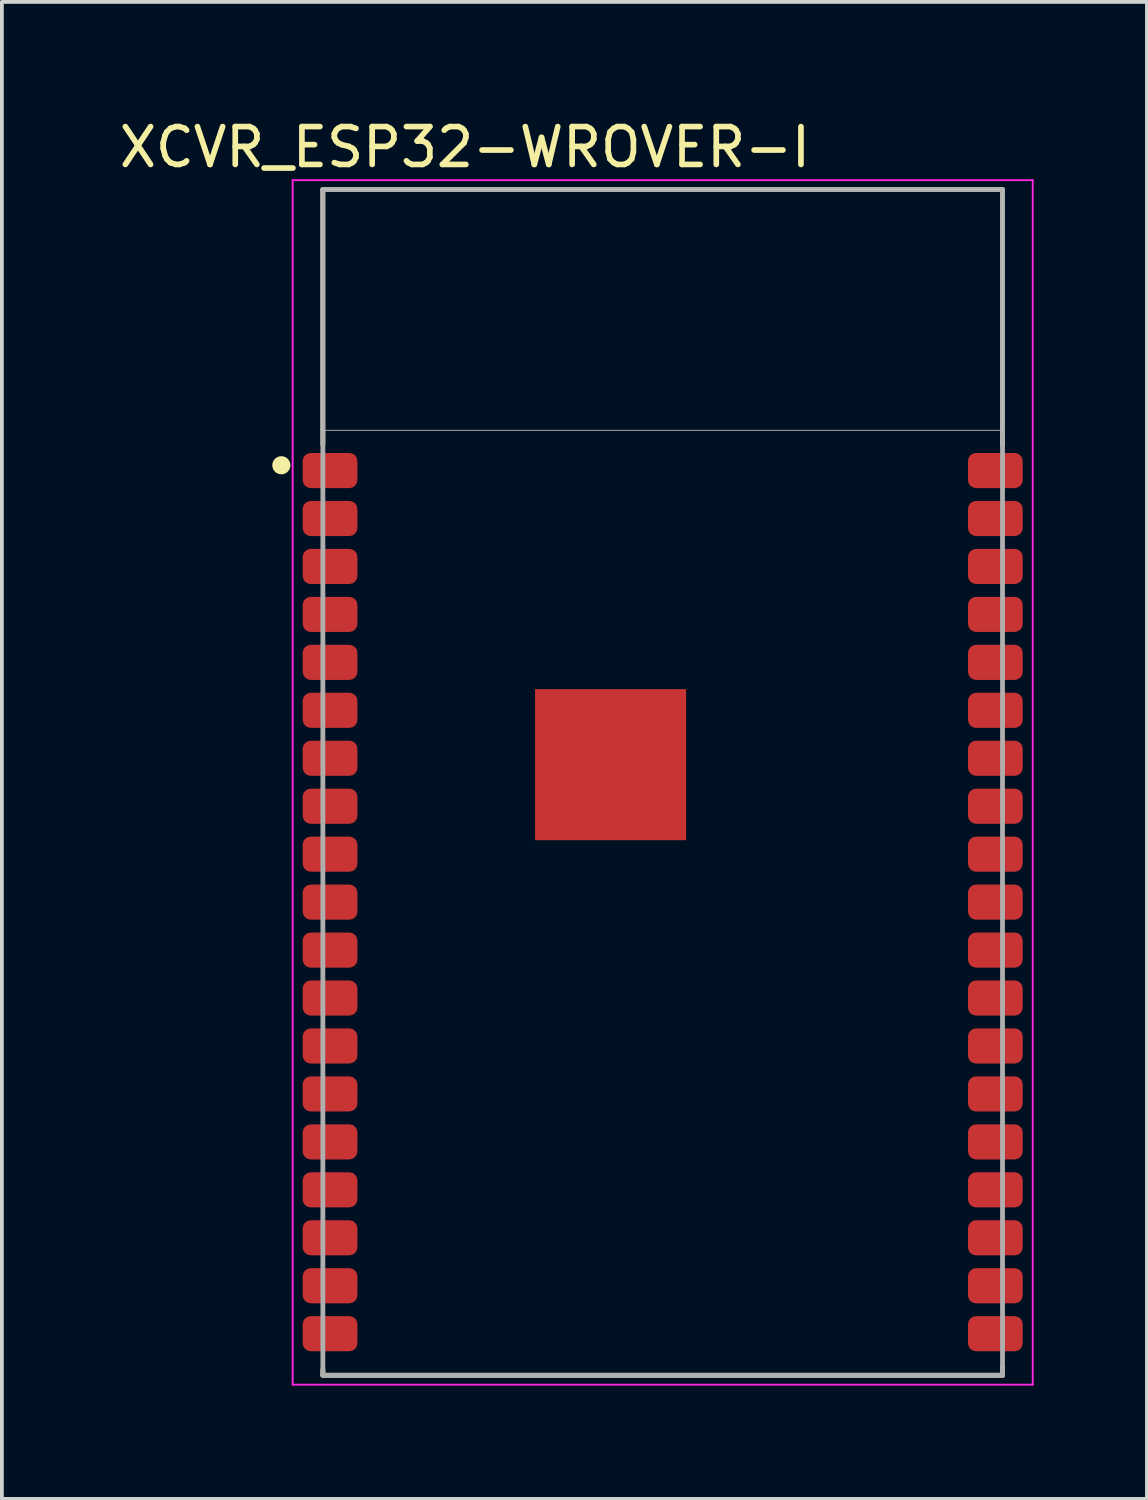
<source format=kicad_pcb>
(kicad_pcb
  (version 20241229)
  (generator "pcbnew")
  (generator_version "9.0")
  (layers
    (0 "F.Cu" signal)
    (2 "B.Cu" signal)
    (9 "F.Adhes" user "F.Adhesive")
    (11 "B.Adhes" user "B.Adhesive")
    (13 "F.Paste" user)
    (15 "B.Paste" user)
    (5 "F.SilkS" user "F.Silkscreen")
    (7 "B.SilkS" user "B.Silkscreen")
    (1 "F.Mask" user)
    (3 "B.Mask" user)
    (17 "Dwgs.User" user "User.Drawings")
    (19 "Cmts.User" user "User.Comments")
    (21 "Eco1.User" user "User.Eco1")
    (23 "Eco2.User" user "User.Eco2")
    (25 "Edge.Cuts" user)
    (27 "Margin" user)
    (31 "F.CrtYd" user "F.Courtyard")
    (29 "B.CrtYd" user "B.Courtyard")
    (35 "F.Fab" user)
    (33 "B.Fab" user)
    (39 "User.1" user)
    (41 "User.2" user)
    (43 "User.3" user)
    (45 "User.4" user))
  (footprint "XCVR_ESP32-WROVER-I"
    (layer "F.Cu")
    (at 14.501 17.672)
    (property "Reference" "XCVR_ESP32-WROVER-I" (at -5.237 -16.823 0) (layer "F.SilkS") (effects (font (size 1.002 1.002) (thickness 0.15))))
    (attr through_hole)
    (fp_line (start -9 -15.7) (end 9 -15.7) (stroke (width 0.127) (type solid)) (layer "F.SilkS"))
    (fp_line (start -9 -8.95) (end -9 -15.7) (stroke (width 0.127) (type solid)) (layer "F.SilkS"))
    (fp_line (start -9 15.55) (end -9 15.7) (stroke (width 0.127) (type solid)) (layer "F.SilkS"))
    (fp_line (start -9 15.7) (end 9 15.7) (stroke (width 0.127) (type solid)) (layer "F.SilkS"))
    (fp_line (start 9 -15.7) (end 9 -8.95) (stroke (width 0.127) (type solid)) (layer "F.SilkS"))
    (fp_line (start 9 15.7) (end 9 15.5) (stroke (width 0.127) (type solid)) (layer "F.SilkS"))
    (fp_circle (center -10.1 -8.4) (end -9.98 -8.4) (stroke (width 0.24) (type solid)) (fill no) (layer "F.SilkS"))
    (fp_poly (pts (xy -2.648 -1.735) (xy -0.115 -1.735) (xy -0.115 0.796) (xy -2.648 0.796)) (stroke (width 0.01) (type solid)) (fill yes) (layer "F.Paste"))
    (fp_poly (pts (xy -9.03 -15.7) (xy 9 -15.7) (xy 9 -9.331) (xy -9.03 -9.331)) (stroke (width 0.01) (type solid)) (fill no) (layer "Dwgs.User"))
    (fp_poly (pts (xy -9.029 -15.7) (xy 9 -15.7) (xy 9 -9.33) (xy -9.029 -9.33)) (stroke (width 0.01) (type solid)) (fill no) (layer "Dwgs.User"))
    (fp_poly (pts (xy -9.023 -15.7) (xy 9 -15.7) (xy 9 -9.324) (xy -9.023 -9.324)) (stroke (width 0.01) (type solid)) (fill no) (layer "Dwgs.User"))
    (fp_line (start -9.8 -15.95) (end 9.8 -15.95) (stroke (width 0.05) (type solid)) (layer "F.CrtYd"))
    (fp_line (start -9.8 15.95) (end -9.8 -15.95) (stroke (width 0.05) (type solid)) (layer "F.CrtYd"))
    (fp_line (start 9.8 -15.95) (end 9.8 15.95) (stroke (width 0.05) (type solid)) (layer "F.CrtYd"))
    (fp_line (start 9.8 15.95) (end -9.8 15.95) (stroke (width 0.05) (type solid)) (layer "F.CrtYd"))
    (fp_line (start -9 -15.7) (end 9 -15.7) (stroke (width 0.127) (type solid)) (layer "F.Fab"))
    (fp_line (start -9 15.7) (end -9 -15.7) (stroke (width 0.127) (type solid)) (layer "F.Fab"))
    (fp_line (start 9 -15.7) (end 9 15.7) (stroke (width 0.127) (type solid)) (layer "F.Fab"))
    (fp_line (start 9 15.7) (end -9 15.7) (stroke (width 0.127) (type solid)) (layer "F.Fab"))
    (pad "1" smd roundrect (at -8.81 -8.26) (size 1.45 0.93) (layers "F.Cu" "F.Mask" "F.Paste") (roundrect_rratio 0.23))
    (pad "2" smd roundrect (at -8.81 -6.99) (size 1.45 0.93) (layers "F.Cu" "F.Mask" "F.Paste") (roundrect_rratio 0.23))
    (pad "3" smd roundrect (at -8.81 -5.72) (size 1.45 0.93) (layers "F.Cu" "F.Mask" "F.Paste") (roundrect_rratio 0.23))
    (pad "4" smd roundrect (at -8.81 -4.45) (size 1.45 0.93) (layers "F.Cu" "F.Mask" "F.Paste") (roundrect_rratio 0.23))
    (pad "5" smd roundrect (at -8.81 -3.18) (size 1.45 0.93) (layers "F.Cu" "F.Mask" "F.Paste") (roundrect_rratio 0.23))
    (pad "6" smd roundrect (at -8.81 -1.91) (size 1.45 0.93) (layers "F.Cu" "F.Mask" "F.Paste") (roundrect_rratio 0.23))
    (pad "7" smd roundrect (at -8.81 -0.64) (size 1.45 0.93) (layers "F.Cu" "F.Mask" "F.Paste") (roundrect_rratio 0.23))
    (pad "8" smd roundrect (at -8.81 0.63) (size 1.45 0.93) (layers "F.Cu" "F.Mask" "F.Paste") (roundrect_rratio 0.23))
    (pad "9" smd roundrect (at -8.81 1.9) (size 1.45 0.93) (layers "F.Cu" "F.Mask" "F.Paste") (roundrect_rratio 0.23))
    (pad "10" smd roundrect (at -8.81 3.17) (size 1.45 0.93) (layers "F.Cu" "F.Mask" "F.Paste") (roundrect_rratio 0.23))
    (pad "11" smd roundrect (at -8.81 4.44) (size 1.45 0.93) (layers "F.Cu" "F.Mask" "F.Paste") (roundrect_rratio 0.23))
    (pad "12" smd roundrect (at -8.81 5.71) (size 1.45 0.93) (layers "F.Cu" "F.Mask" "F.Paste") (roundrect_rratio 0.23))
    (pad "13" smd roundrect (at -8.81 6.98) (size 1.45 0.93) (layers "F.Cu" "F.Mask" "F.Paste") (roundrect_rratio 0.23))
    (pad "14" smd roundrect (at -8.81 8.25) (size 1.45 0.93) (layers "F.Cu" "F.Mask" "F.Paste") (roundrect_rratio 0.23))
    (pad "15" smd roundrect (at -8.81 9.52) (size 1.45 0.93) (layers "F.Cu" "F.Mask" "F.Paste") (roundrect_rratio 0.23))
    (pad "16" smd roundrect (at -8.81 10.79) (size 1.45 0.93) (layers "F.Cu" "F.Mask" "F.Paste") (roundrect_rratio 0.23))
    (pad "17" smd roundrect (at -8.81 12.06) (size 1.45 0.93) (layers "F.Cu" "F.Mask" "F.Paste") (roundrect_rratio 0.23))
    (pad "18" smd roundrect (at -8.81 13.33) (size 1.45 0.93) (layers "F.Cu" "F.Mask" "F.Paste") (roundrect_rratio 0.23))
    (pad "19" smd roundrect (at -8.81 14.6) (size 1.45 0.93) (layers "F.Cu" "F.Mask" "F.Paste") (roundrect_rratio 0.23))
    (pad "20" smd roundrect (at 8.81 14.6) (size 1.45 0.93) (layers "F.Cu" "F.Mask" "F.Paste") (roundrect_rratio 0.23))
    (pad "21" smd roundrect (at 8.81 13.33) (size 1.45 0.93) (layers "F.Cu" "F.Mask" "F.Paste") (roundrect_rratio 0.23))
    (pad "22" smd roundrect (at 8.81 12.06) (size 1.45 0.93) (layers "F.Cu" "F.Mask" "F.Paste") (roundrect_rratio 0.23))
    (pad "23" smd roundrect (at 8.81 10.79) (size 1.45 0.93) (layers "F.Cu" "F.Mask" "F.Paste") (roundrect_rratio 0.23))
    (pad "24" smd roundrect (at 8.81 9.52) (size 1.45 0.93) (layers "F.Cu" "F.Mask" "F.Paste") (roundrect_rratio 0.23))
    (pad "25" smd roundrect (at 8.81 8.25) (size 1.45 0.93) (layers "F.Cu" "F.Mask" "F.Paste") (roundrect_rratio 0.23))
    (pad "26" smd roundrect (at 8.81 6.98) (size 1.45 0.93) (layers "F.Cu" "F.Mask" "F.Paste") (roundrect_rratio 0.23))
    (pad "27" smd roundrect (at 8.81 5.71) (size 1.45 0.93) (layers "F.Cu" "F.Mask" "F.Paste") (roundrect_rratio 0.23))
    (pad "28" smd roundrect (at 8.81 4.44) (size 1.45 0.93) (layers "F.Cu" "F.Mask" "F.Paste") (roundrect_rratio 0.23))
    (pad "29" smd roundrect (at 8.81 3.17) (size 1.45 0.93) (layers "F.Cu" "F.Mask" "F.Paste") (roundrect_rratio 0.23))
    (pad "30" smd roundrect (at 8.81 1.9) (size 1.45 0.93) (layers "F.Cu" "F.Mask" "F.Paste") (roundrect_rratio 0.23))
    (pad "31" smd roundrect (at 8.81 0.63) (size 1.45 0.93) (layers "F.Cu" "F.Mask" "F.Paste") (roundrect_rratio 0.23))
    (pad "32" smd roundrect (at 8.81 -0.64) (size 1.45 0.93) (layers "F.Cu" "F.Mask" "F.Paste") (roundrect_rratio 0.23))
    (pad "33" smd roundrect (at 8.81 -1.91) (size 1.45 0.93) (layers "F.Cu" "F.Mask" "F.Paste") (roundrect_rratio 0.23))
    (pad "34" smd roundrect (at 8.81 -3.18) (size 1.45 0.93) (layers "F.Cu" "F.Mask" "F.Paste") (roundrect_rratio 0.23))
    (pad "35" smd roundrect (at 8.81 -4.45) (size 1.45 0.93) (layers "F.Cu" "F.Mask" "F.Paste") (roundrect_rratio 0.23))
    (pad "36" smd roundrect (at 8.81 -5.72) (size 1.45 0.93) (layers "F.Cu" "F.Mask" "F.Paste") (roundrect_rratio 0.23))
    (pad "37" smd roundrect (at 8.81 -6.99) (size 1.45 0.93) (layers "F.Cu" "F.Mask" "F.Paste") (roundrect_rratio 0.23))
    (pad "38" smd roundrect (at 8.81 -8.26) (size 1.45 0.93) (layers "F.Cu" "F.Mask" "F.Paste") (roundrect_rratio 0.23))
    (pad "39" smd rect (at -1.38 -0.47) (size 4 4) (layers "F.Cu" "F.Mask")))
  (gr_rect
    (start -3 -3)
    (end 27.326 36.647)
    (stroke (width 0.1) (type default))
    (fill no)
    (layer "Edge.Cuts")))
</source>
